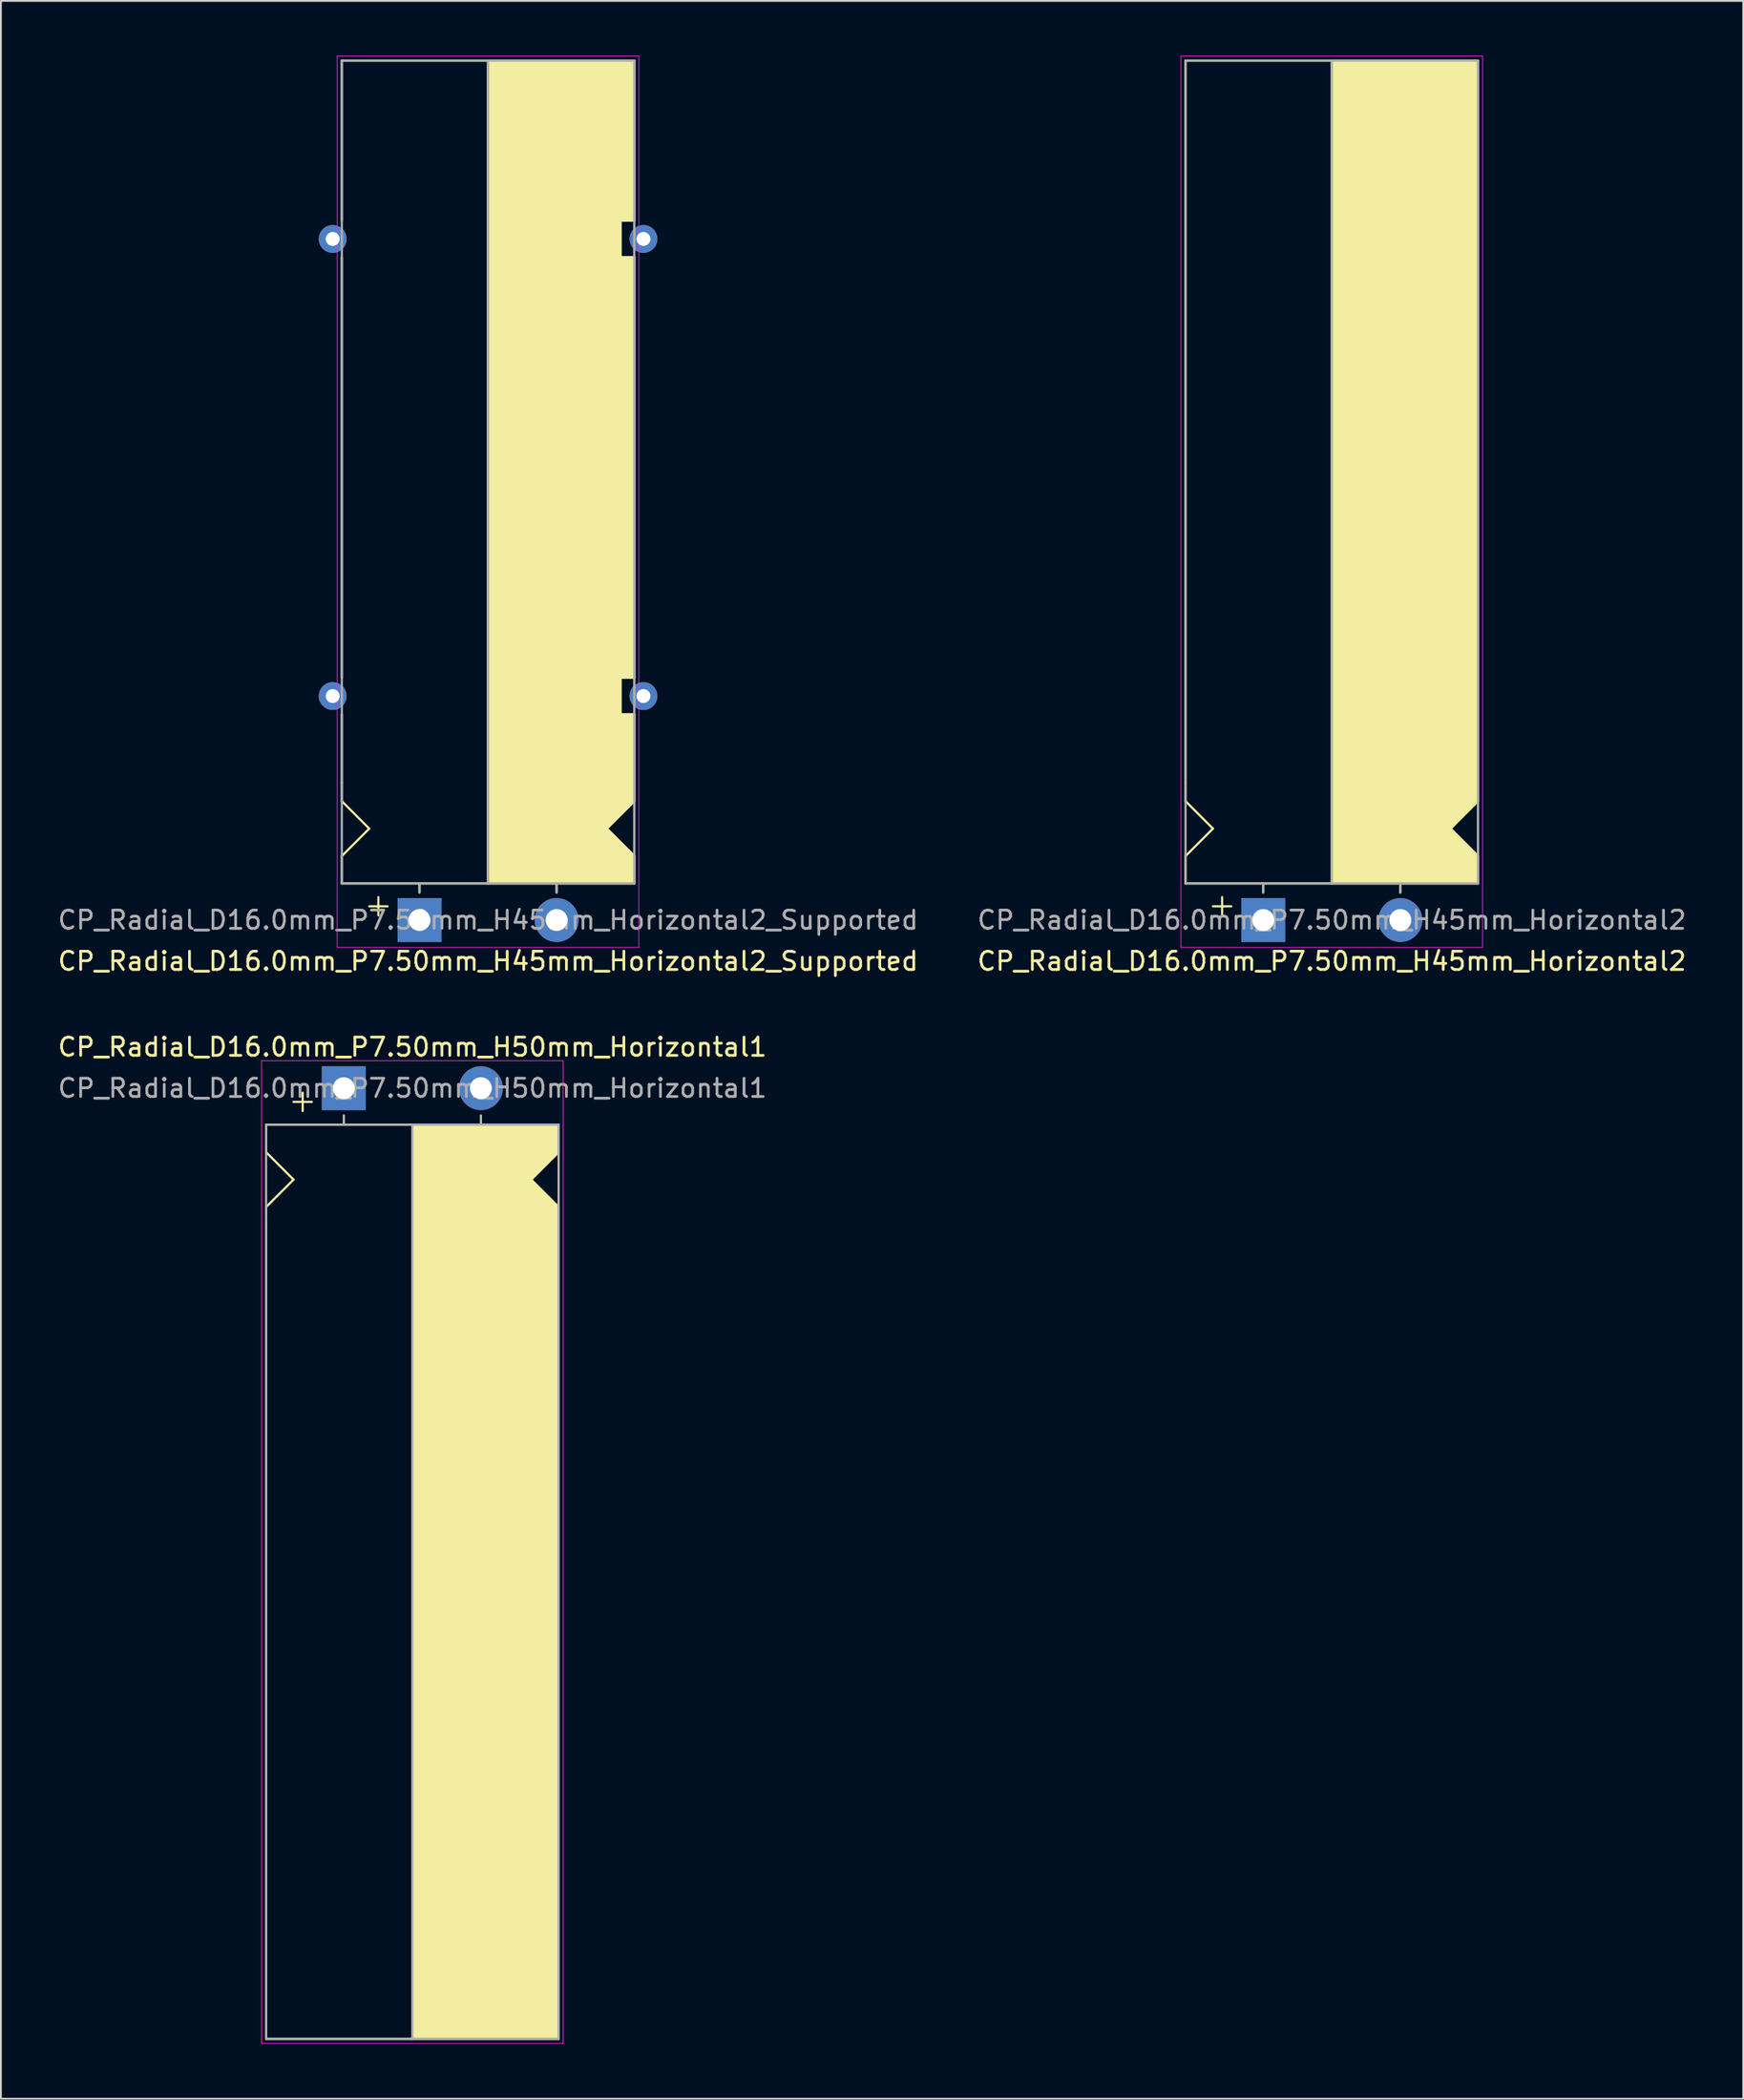
<source format=kicad_pcb>
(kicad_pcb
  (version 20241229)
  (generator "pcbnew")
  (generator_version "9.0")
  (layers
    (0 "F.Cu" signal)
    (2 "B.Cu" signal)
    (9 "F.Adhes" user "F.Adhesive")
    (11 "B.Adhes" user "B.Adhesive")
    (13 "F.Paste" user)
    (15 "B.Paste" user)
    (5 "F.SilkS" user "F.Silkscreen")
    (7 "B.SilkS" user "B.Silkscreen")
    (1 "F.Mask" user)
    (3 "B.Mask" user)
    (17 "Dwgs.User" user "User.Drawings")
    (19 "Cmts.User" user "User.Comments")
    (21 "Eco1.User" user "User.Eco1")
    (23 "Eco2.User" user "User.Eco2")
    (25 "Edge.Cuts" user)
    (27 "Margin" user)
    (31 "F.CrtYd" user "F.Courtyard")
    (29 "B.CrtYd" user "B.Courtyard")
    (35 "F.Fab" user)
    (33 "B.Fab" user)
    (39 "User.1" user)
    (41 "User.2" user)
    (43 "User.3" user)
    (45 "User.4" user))
  (footprint "CP_Radial_D16.0mm_P7.50mm_H45mm_Horizontal2"
    (layer "F.Cu")
    (at 66.054 47.27)
    (property "Reference" "CP_Radial_D16.0mm_P7.50mm_H45mm_Horizontal2" (at 3.75 2.25 0) (layer "F.SilkS") (effects (font (size 1 1) (thickness 0.15))))
    (attr through_hole)
    (fp_line (start -4.25 -7.5) (end -4.25 -47) (stroke (width 0.12) (type solid)) (layer "F.SilkS"))
    (fp_line (start -4.25 -6.5) (end -4.25 -7.5) (stroke (width 0.12) (type solid)) (layer "F.SilkS"))
    (fp_line (start -4.25 -3.5) (end -2.75 -5) (stroke (width 0.12) (type solid)) (layer "F.SilkS"))
    (fp_line (start -4.25 -2) (end -4.25 -3.5) (stroke (width 0.12) (type solid)) (layer "F.SilkS"))
    (fp_line (start -2.75 -5) (end -4.25 -6.5) (stroke (width 0.12) (type solid)) (layer "F.SilkS"))
    (fp_line (start -2.25 -1.25) (end -2.25 -0.25) (stroke (width 0.12) (type solid)) (layer "F.SilkS"))
    (fp_line (start -1.75 -0.75) (end -2.75 -0.75) (stroke (width 0.12) (type solid)) (layer "F.SilkS"))
    (fp_line (start 0 -1.5) (end 0 -2) (stroke (width 0.12) (type solid)) (layer "F.SilkS"))
    (fp_line (start 3.75 -2) (end -4.25 -2) (stroke (width 0.12) (type solid)) (layer "F.SilkS"))
    (fp_line (start 3.75 -2) (end 3.75 -47) (stroke (width 0.12) (type solid)) (layer "F.SilkS"))
    (fp_line (start 3.75 -2) (end 11.75 -2) (stroke (width 0.12) (type solid)) (layer "F.SilkS"))
    (fp_line (start 7.5 -1.5) (end 7.5 -2) (stroke (width 0.12) (type solid)) (layer "F.SilkS"))
    (fp_line (start 10.25 -5) (end 11.75 -6.5) (stroke (width 0.12) (type solid)) (layer "F.SilkS"))
    (fp_line (start 11.75 -47) (end -4.25 -47) (stroke (width 0.12) (type solid)) (layer "F.SilkS"))
    (fp_line (start 11.75 -47) (end 11.75 -6.5) (stroke (width 0.12) (type solid)) (layer "F.SilkS"))
    (fp_line (start 11.75 -3.5) (end 10.25 -5) (stroke (width 0.12) (type solid)) (layer "F.SilkS"))
    (fp_line (start 11.75 -2) (end 11.75 -3.5) (stroke (width 0.12) (type solid)) (layer "F.SilkS"))
    (fp_poly (pts (xy 11.75 -3.5) (xy 10.25 -5) (xy 11.75 -6.5) (xy 11.75 -47) (xy 3.75 -47) (xy 3.75 -2) (xy 11.75 -2)) (stroke (width 0.1) (type solid)) (fill yes) (layer "F.SilkS"))
    (fp_line (start -4.5 -47.25) (end -4.5 1.5) (stroke (width 0.04) (type solid)) (layer "F.CrtYd"))
    (fp_line (start -4.5 1.5) (end 12 1.5) (stroke (width 0.04) (type solid)) (layer "F.CrtYd"))
    (fp_line (start 12 -47.25) (end -4.5 -47.25) (stroke (width 0.04) (type solid)) (layer "F.CrtYd"))
    (fp_line (start 12 1.5) (end 12 -47.25) (stroke (width 0.04) (type solid)) (layer "F.CrtYd"))
    (fp_line (start -4.25 -47) (end 11.75 -47) (stroke (width 0.12) (type solid)) (layer "F.Fab"))
    (fp_line (start -4.25 -2) (end -4.25 -47) (stroke (width 0.12) (type solid)) (layer "F.Fab"))
    (fp_line (start 0 -2) (end -4.25 -2) (stroke (width 0.12) (type solid)) (layer "F.Fab"))
    (fp_line (start 0 -1.5) (end 0 -2) (stroke (width 0.12) (type solid)) (layer "F.Fab"))
    (fp_line (start 3.75 -2) (end 3.75 -47) (stroke (width 0.12) (type solid)) (layer "F.Fab"))
    (fp_line (start 7.5 -1.5) (end 7.5 -2) (stroke (width 0.12) (type solid)) (layer "F.Fab"))
    (fp_line (start 11.75 -47) (end 11.75 -2) (stroke (width 0.12) (type solid)) (layer "F.Fab"))
    (fp_line (start 11.75 -2) (end 0 -2) (stroke (width 0.12) (type solid)) (layer "F.Fab"))
    (fp_poly (pts (xy 11.75 -47) (xy 3.75 -47) (xy 3.75 -2) (xy 11.75 -2)) (stroke (width 0.1) (type solid)) (fill no) (layer "F.Fab"))
    (fp_text user "${REFERENCE}" (at 3.75 0 0) (layer "F.Fab") (effects (font (size 1 1) (thickness 0.15))))
    (pad "1" thru_hole rect (at 0 0) (size 2.4 2.4) (drill 1.2) (layers "*.Cu" "*.Mask"))
    (pad "2" thru_hole circle (at 7.5 0) (size 2.4 2.4) (drill 1.2) (layers "*.Cu" "*.Mask")))
  (footprint "CP_Radial_D16.0mm_P7.50mm_H45mm_Horizontal2_Supported"
    (layer "F.Cu")
    (at 19.899 47.27)
    (property "Reference" "CP_Radial_D16.0mm_P7.50mm_H45mm_Horizontal2_Supported" (at 3.75 2.25 0) (layer "F.SilkS") (effects (font (size 1 1) (thickness 0.15))))
    (attr through_hole)
    (fp_line (start -4.25 -38.25) (end -4.25 -47) (stroke (width 0.12) (type solid)) (layer "F.SilkS"))
    (fp_line (start -4.25 -36.25) (end -4.25 -13.25) (stroke (width 0.12) (type solid)) (layer "F.SilkS"))
    (fp_line (start -4.25 -7.5) (end -4.25 -11.25) (stroke (width 0.12) (type solid)) (layer "F.SilkS"))
    (fp_line (start -4.25 -6.5) (end -4.25 -7.5) (stroke (width 0.12) (type solid)) (layer "F.SilkS"))
    (fp_line (start -4.25 -3.5) (end -2.75 -5) (stroke (width 0.12) (type solid)) (layer "F.SilkS"))
    (fp_line (start -4.25 -2) (end -4.25 -3.5) (stroke (width 0.12) (type solid)) (layer "F.SilkS"))
    (fp_line (start -2.75 -5) (end -4.25 -6.5) (stroke (width 0.12) (type solid)) (layer "F.SilkS"))
    (fp_line (start -2.25 -1.25) (end -2.25 -0.25) (stroke (width 0.12) (type solid)) (layer "F.SilkS"))
    (fp_line (start -1.75 -0.75) (end -2.75 -0.75) (stroke (width 0.12) (type solid)) (layer "F.SilkS"))
    (fp_line (start 0 -1.5) (end 0 -2) (stroke (width 0.12) (type solid)) (layer "F.SilkS"))
    (fp_line (start 3.75 -2) (end -4.25 -2) (stroke (width 0.12) (type solid)) (layer "F.SilkS"))
    (fp_line (start 3.75 -2) (end 3.75 -47) (stroke (width 0.12) (type solid)) (layer "F.SilkS"))
    (fp_line (start 3.75 -2) (end 11.75 -2) (stroke (width 0.12) (type solid)) (layer "F.SilkS"))
    (fp_line (start 7.5 -1.5) (end 7.5 -2) (stroke (width 0.12) (type solid)) (layer "F.SilkS"))
    (fp_line (start 10.25 -5) (end 11.75 -6.5) (stroke (width 0.12) (type solid)) (layer "F.SilkS"))
    (fp_line (start 11 -38.25) (end 11 -36.25) (stroke (width 0.12) (type solid)) (layer "F.SilkS"))
    (fp_line (start 11 -36.25) (end 11.75 -36.25) (stroke (width 0.12) (type solid)) (layer "F.SilkS"))
    (fp_line (start 11 -13.25) (end 11 -11.25) (stroke (width 0.12) (type solid)) (layer "F.SilkS"))
    (fp_line (start 11 -11.25) (end 11.75 -11.25) (stroke (width 0.12) (type solid)) (layer "F.SilkS"))
    (fp_line (start 11.75 -47) (end -4.25 -47) (stroke (width 0.12) (type solid)) (layer "F.SilkS"))
    (fp_line (start 11.75 -47) (end 11.75 -38.25) (stroke (width 0.12) (type solid)) (layer "F.SilkS"))
    (fp_line (start 11.75 -38.25) (end 11 -38.25) (stroke (width 0.12) (type solid)) (layer "F.SilkS"))
    (fp_line (start 11.75 -13.25) (end 11 -13.25) (stroke (width 0.12) (type solid)) (layer "F.SilkS"))
    (fp_line (start 11.75 -13.25) (end 11.75 -36.25) (stroke (width 0.12) (type solid)) (layer "F.SilkS"))
    (fp_line (start 11.75 -11.25) (end 11.75 -6.5) (stroke (width 0.12) (type solid)) (layer "F.SilkS"))
    (fp_line (start 11.75 -3.5) (end 10.25 -5) (stroke (width 0.12) (type solid)) (layer "F.SilkS"))
    (fp_line (start 11.75 -2) (end 11.75 -3.5) (stroke (width 0.12) (type solid)) (layer "F.SilkS"))
    (fp_poly (pts (xy 11.75 -3.5) (xy 10.25 -5) (xy 11.75 -6.5) (xy 11.75 -11.25) (xy 11 -11.25) (xy 11 -13.25) (xy 11.75 -13.25) (xy 11.75 -36.25) (xy 11 -36.25) (xy 11 -38.25) (xy 11.75 -38.25) (xy 11.75 -47) (xy 3.75 -47) (xy 3.75 -2) (xy 11.75 -2)) (stroke (width 0.1) (type solid)) (fill yes) (layer "F.SilkS"))
    (fp_line (start -4.5 -47.25) (end -4.5 1.5) (stroke (width 0.04) (type solid)) (layer "F.CrtYd"))
    (fp_line (start -4.5 1.5) (end 12 1.5) (stroke (width 0.04) (type solid)) (layer "F.CrtYd"))
    (fp_line (start 12 -47.25) (end -4.5 -47.25) (stroke (width 0.04) (type solid)) (layer "F.CrtYd"))
    (fp_line (start 12 1.5) (end 12 -47.25) (stroke (width 0.04) (type solid)) (layer "F.CrtYd"))
    (fp_line (start -4.25 -47) (end 11.75 -47) (stroke (width 0.12) (type solid)) (layer "F.Fab"))
    (fp_line (start -4.25 -2) (end -4.25 -47) (stroke (width 0.12) (type solid)) (layer "F.Fab"))
    (fp_line (start 0 -2) (end -4.25 -2) (stroke (width 0.12) (type solid)) (layer "F.Fab"))
    (fp_line (start 0 -1.5) (end 0 -2) (stroke (width 0.12) (type solid)) (layer "F.Fab"))
    (fp_line (start 3.75 -2) (end 3.75 -47) (stroke (width 0.12) (type solid)) (layer "F.Fab"))
    (fp_line (start 7.5 -1.5) (end 7.5 -2) (stroke (width 0.12) (type solid)) (layer "F.Fab"))
    (fp_line (start 11.75 -47) (end 11.75 -2) (stroke (width 0.12) (type solid)) (layer "F.Fab"))
    (fp_line (start 11.75 -2) (end 0 -2) (stroke (width 0.12) (type solid)) (layer "F.Fab"))
    (fp_poly (pts (xy 11.75 -47) (xy 3.75 -47) (xy 3.75 -2) (xy 11.75 -2)) (stroke (width 0.1) (type solid)) (fill no) (layer "F.Fab"))
    (fp_text user "${REFERENCE}" (at 3.75 0 0) (layer "F.Fab") (effects (font (size 1 1) (thickness 0.15))))
    (pad "" thru_hole circle (at -4.75 -37.25 180) (size 1.524 1.524) (drill 0.762) (layers "*.Cu" "*.Mask"))
    (pad "" thru_hole circle (at -4.75 -12.25 180) (size 1.524 1.524) (drill 0.762) (layers "*.Cu" "*.Mask"))
    (pad "" thru_hole circle (at 12.25 -37.25 180) (size 1.524 1.524) (drill 0.762) (layers "*.Cu" "*.Mask"))
    (pad "" thru_hole circle (at 12.25 -12.25 180) (size 1.524 1.524) (drill 0.762) (layers "*.Cu" "*.Mask"))
    (pad "1" thru_hole rect (at 0 0) (size 2.4 2.4) (drill 1.2) (layers "*.Cu" "*.Mask"))
    (pad "2" thru_hole circle (at 7.5 0) (size 2.4 2.4) (drill 1.2) (layers "*.Cu" "*.Mask")))
  (footprint "CP_Radial_D16.0mm_P7.50mm_H50mm_Horizontal1"
    (layer "F.Cu")
    (at 15.756 56.467)
    (property "Reference" "CP_Radial_D16.0mm_P7.50mm_H50mm_Horizontal1" (at 3.75 -2.25 0) (layer "F.SilkS") (effects (font (size 1 1) (thickness 0.15))))
    (attr through_hole)
    (fp_line (start -4.25 2) (end -4.25 3.5) (stroke (width 0.12) (type solid)) (layer "F.SilkS"))
    (fp_line (start -4.25 3.5) (end -2.75 5) (stroke (width 0.12) (type solid)) (layer "F.SilkS"))
    (fp_line (start -4.25 6.5) (end -4.25 7.5) (stroke (width 0.12) (type solid)) (layer "F.SilkS"))
    (fp_line (start -4.25 7.5) (end -4.25 52) (stroke (width 0.12) (type solid)) (layer "F.SilkS"))
    (fp_line (start -2.75 5) (end -4.25 6.5) (stroke (width 0.12) (type solid)) (layer "F.SilkS"))
    (fp_line (start -2.25 0.25) (end -2.25 1.25) (stroke (width 0.12) (type solid)) (layer "F.SilkS"))
    (fp_line (start -1.75 0.75) (end -2.75 0.75) (stroke (width 0.12) (type solid)) (layer "F.SilkS"))
    (fp_line (start 0 1.5) (end 0 2) (stroke (width 0.12) (type solid)) (layer "F.SilkS"))
    (fp_line (start 3.75 2) (end -4.25 2) (stroke (width 0.12) (type solid)) (layer "F.SilkS"))
    (fp_line (start 3.75 2) (end 3.75 52) (stroke (width 0.12) (type solid)) (layer "F.SilkS"))
    (fp_line (start 3.75 2) (end 11.75 2) (stroke (width 0.12) (type solid)) (layer "F.SilkS"))
    (fp_line (start 7.5 1.5) (end 7.5 2) (stroke (width 0.12) (type solid)) (layer "F.SilkS"))
    (fp_line (start 10.25 5) (end 11.75 6.5) (stroke (width 0.12) (type solid)) (layer "F.SilkS"))
    (fp_line (start 11.75 2) (end 11.75 3.5) (stroke (width 0.12) (type solid)) (layer "F.SilkS"))
    (fp_line (start 11.75 3.5) (end 10.25 5) (stroke (width 0.12) (type solid)) (layer "F.SilkS"))
    (fp_line (start 11.75 52) (end -4.25 52) (stroke (width 0.12) (type solid)) (layer "F.SilkS"))
    (fp_line (start 11.75 52) (end 11.75 6.5) (stroke (width 0.12) (type solid)) (layer "F.SilkS"))
    (fp_poly (pts (xy 11.75 3.5) (xy 10.25 5) (xy 11.75 6.5) (xy 11.75 52) (xy 3.75 52) (xy 3.75 2) (xy 11.75 2)) (stroke (width 0.1) (type solid)) (fill yes) (layer "F.SilkS"))
    (fp_line (start -4.5 -1.5) (end 12 -1.5) (stroke (width 0.04) (type solid)) (layer "F.CrtYd"))
    (fp_line (start -4.5 52.25) (end -4.5 -1.5) (stroke (width 0.04) (type solid)) (layer "F.CrtYd"))
    (fp_line (start 12 -1.5) (end 12 52.25) (stroke (width 0.04) (type solid)) (layer "F.CrtYd"))
    (fp_line (start 12 52.25) (end -4.5 52.25) (stroke (width 0.04) (type solid)) (layer "F.CrtYd"))
    (fp_line (start -4.25 2) (end -4.25 52) (stroke (width 0.12) (type solid)) (layer "F.Fab"))
    (fp_line (start -4.25 52) (end 11.75 52) (stroke (width 0.12) (type solid)) (layer "F.Fab"))
    (fp_line (start 0 1.5) (end 0 2) (stroke (width 0.12) (type solid)) (layer "F.Fab"))
    (fp_line (start 0 2) (end -4.25 2) (stroke (width 0.12) (type solid)) (layer "F.Fab"))
    (fp_line (start 3.75 2) (end 3.75 52) (stroke (width 0.12) (type solid)) (layer "F.Fab"))
    (fp_line (start 7.5 1.5) (end 7.5 2) (stroke (width 0.12) (type solid)) (layer "F.Fab"))
    (fp_line (start 11.75 2) (end 0 2) (stroke (width 0.12) (type solid)) (layer "F.Fab"))
    (fp_line (start 11.75 52) (end 11.75 2) (stroke (width 0.12) (type solid)) (layer "F.Fab"))
    (fp_poly (pts (xy 11.75 52) (xy 3.75 52) (xy 3.75 2) (xy 11.75 2)) (stroke (width 0.1) (type solid)) (fill no) (layer "F.Fab"))
    (fp_text user "${REFERENCE}" (at 3.75 0 0) (layer "F.Fab") (effects (font (size 1 1) (thickness 0.15))))
    (pad "1" thru_hole rect (at 0 0) (size 2.4 2.4) (drill 1.2) (layers "*.Cu" "*.Mask"))
    (pad "2" thru_hole circle (at 7.5 0) (size 2.4 2.4) (drill 1.2) (layers "*.Cu" "*.Mask")))
  (gr_rect
    (start -3 -3)
    (end 92.31 111.737)
    (stroke (width 0.1) (type default))
    (fill no)
    (layer "Edge.Cuts")))
</source>
